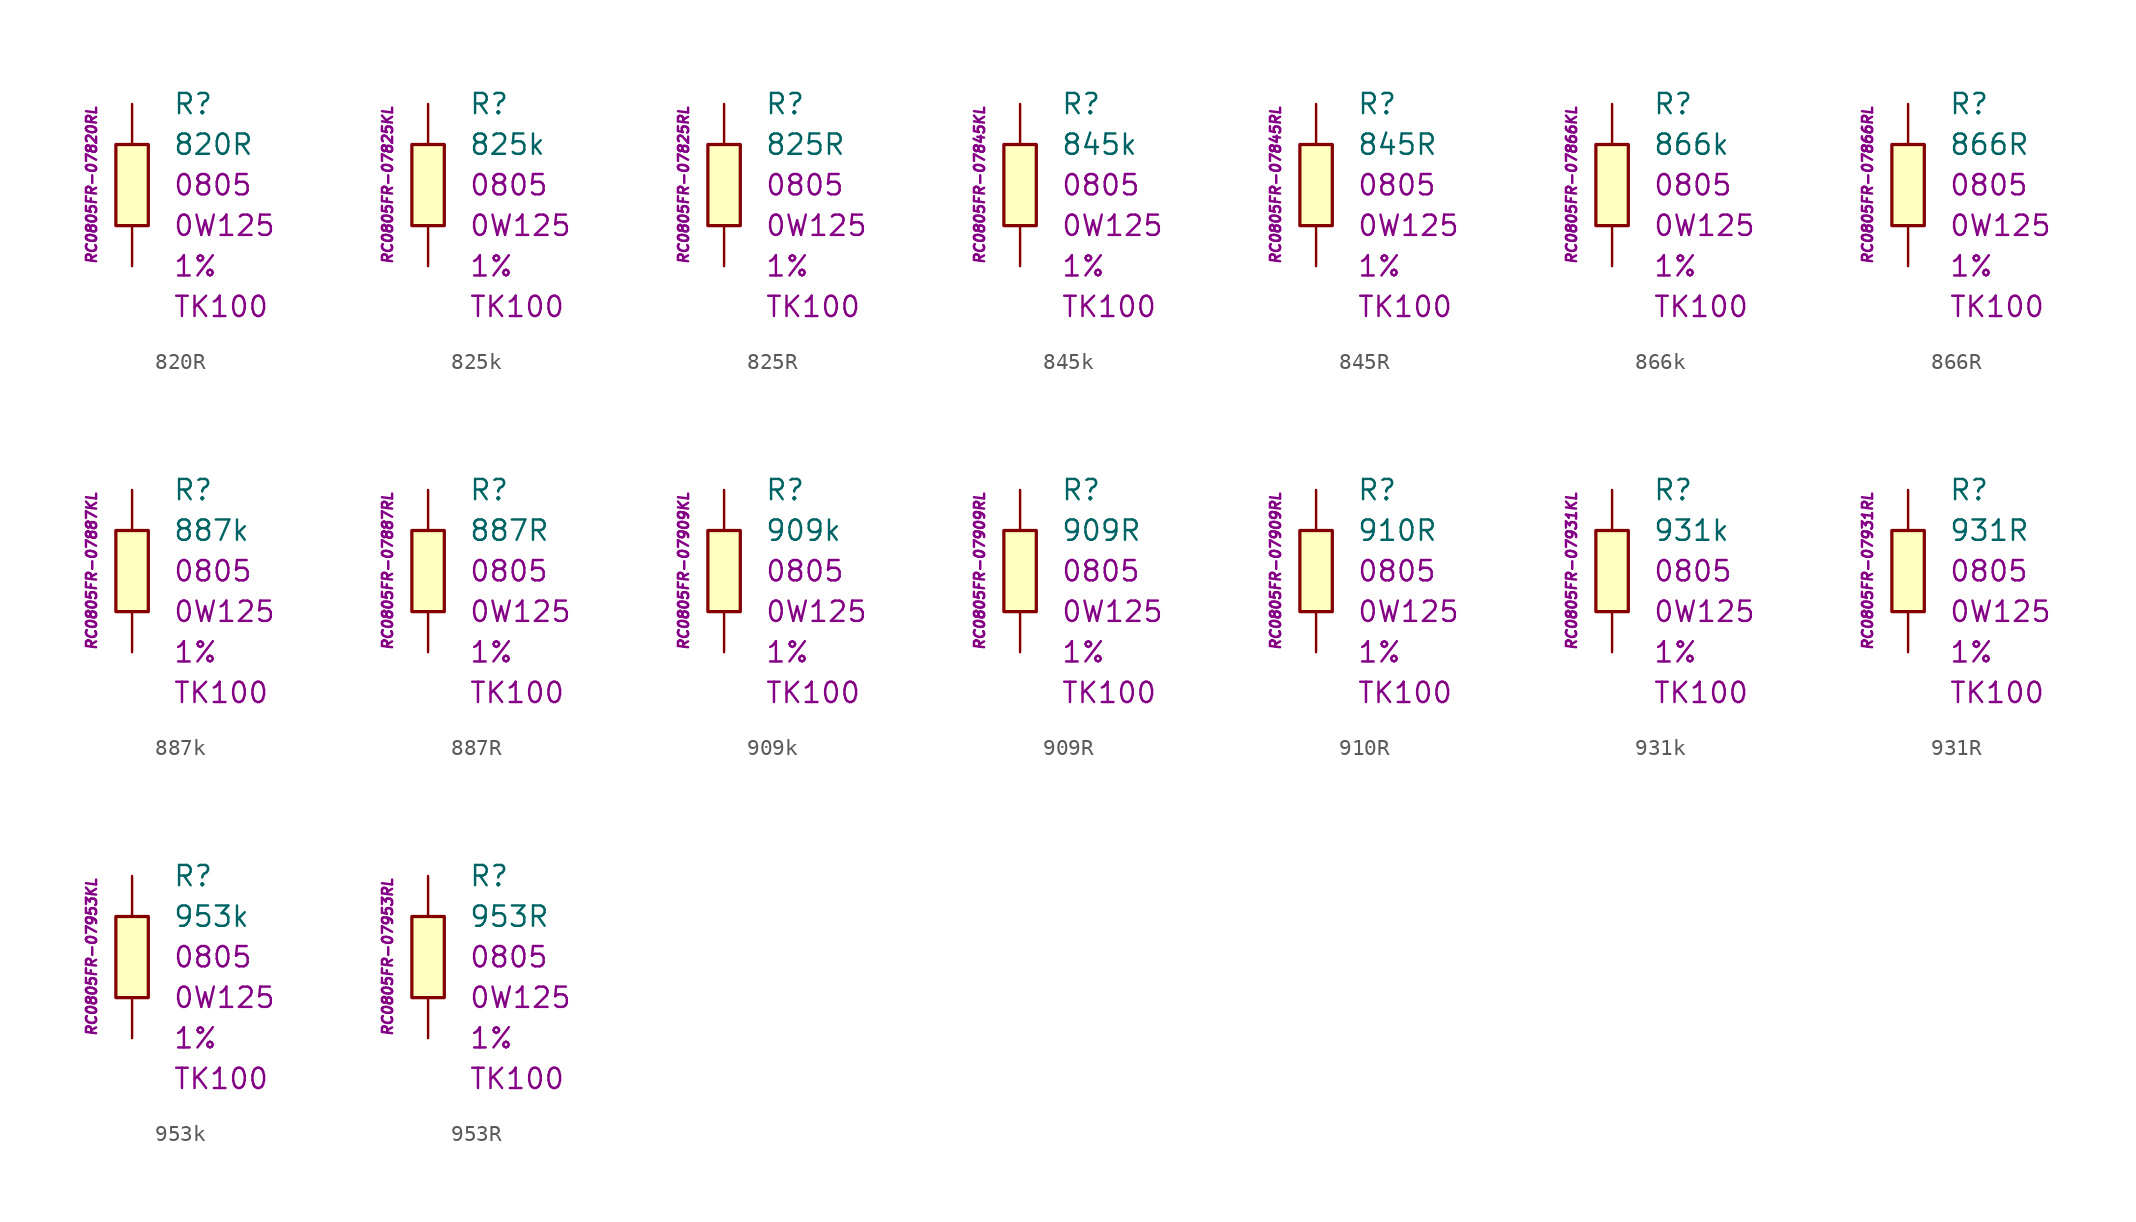
<source format=kicad_sym>
(kicad_symbol_lib
  (version 20201005)
  (generator kicad_symbol_editor)
  (symbol "820R"
    (pin_numbers hide)
    (pin_names
      (offset 1.016) hide)
    (property "Reference" "R"
      (at 2.54 5.08 0)
      (effects (font (size 1.27 1.27)) (justify left)))
    (property "Value" "820R"
      (at 2.54 2.54 0)
      (effects (font (size 1.27 1.27)) (justify left)))
    (property "Package" "0805"
      (at 2.54 0 0)
      (effects (font (size 1.27 1.27)) (justify left)))
    (property "Power" "0W125"
      (at 2.54 -2.54 0)
      (effects (font (size 1.27 1.27)) (justify left)))
    (property "Tolerance" "1%"
      (at 2.54 -5.08 0)
      (effects (font (size 1.27 1.27)) (justify left)))
    (property "TK" "TK100"
      (at 2.54 -7.62 0)
      (effects (font (size 1.27 1.27)) (justify left)))
    (property "ID" "RC0805FR-07820RL"
      (at -2.54 0 90)
      (effects (font (size 0.635 0.635) italic)))
    (symbol "820R_0_1"
      (rectangle (start -1.016 2.54) (end 1.016 -2.54) (stroke (width 0.203)) (fill (type background))))
    (symbol "820R_1_1"
      (pin passive line (at 0 5.08 270) (length 2.54) (name "~" (effects (font (size 1.778 1.778)))) (number "1" (effects (font (size 1.778 1.778)))))
      (pin passive line (at 0 -5.08 90) (length 2.54) (name "~" (effects (font (size 1.778 1.778)))) (number "2" (effects (font (size 1.778 1.778)))))))
  (symbol "825k"
    (pin_numbers hide)
    (pin_names
      (offset 1.016) hide)
    (property "Reference" "R"
      (at 2.54 5.08 0)
      (effects (font (size 1.27 1.27)) (justify left)))
    (property "Value" "825k"
      (at 2.54 2.54 0)
      (effects (font (size 1.27 1.27)) (justify left)))
    (property "Package" "0805"
      (at 2.54 0 0)
      (effects (font (size 1.27 1.27)) (justify left)))
    (property "Power" "0W125"
      (at 2.54 -2.54 0)
      (effects (font (size 1.27 1.27)) (justify left)))
    (property "Tolerance" "1%"
      (at 2.54 -5.08 0)
      (effects (font (size 1.27 1.27)) (justify left)))
    (property "TK" "TK100"
      (at 2.54 -7.62 0)
      (effects (font (size 1.27 1.27)) (justify left)))
    (property "ID" "RC0805FR-07825KL"
      (at -2.54 0 90)
      (effects (font (size 0.635 0.635) italic)))
    (symbol "825k_0_1"
      (rectangle (start -1.016 2.54) (end 1.016 -2.54) (stroke (width 0.203)) (fill (type background))))
    (symbol "825k_1_1"
      (pin passive line (at 0 5.08 270) (length 2.54) (name "~" (effects (font (size 1.778 1.778)))) (number "1" (effects (font (size 1.778 1.778)))))
      (pin passive line (at 0 -5.08 90) (length 2.54) (name "~" (effects (font (size 1.778 1.778)))) (number "2" (effects (font (size 1.778 1.778)))))))
  (symbol "825R"
    (pin_numbers hide)
    (pin_names
      (offset 1.016) hide)
    (property "Reference" "R"
      (at 2.54 5.08 0)
      (effects (font (size 1.27 1.27)) (justify left)))
    (property "Value" "825R"
      (at 2.54 2.54 0)
      (effects (font (size 1.27 1.27)) (justify left)))
    (property "Package" "0805"
      (at 2.54 0 0)
      (effects (font (size 1.27 1.27)) (justify left)))
    (property "Power" "0W125"
      (at 2.54 -2.54 0)
      (effects (font (size 1.27 1.27)) (justify left)))
    (property "Tolerance" "1%"
      (at 2.54 -5.08 0)
      (effects (font (size 1.27 1.27)) (justify left)))
    (property "TK" "TK100"
      (at 2.54 -7.62 0)
      (effects (font (size 1.27 1.27)) (justify left)))
    (property "ID" "RC0805FR-07825RL"
      (at -2.54 0 90)
      (effects (font (size 0.635 0.635) italic)))
    (symbol "825R_0_1"
      (rectangle (start -1.016 2.54) (end 1.016 -2.54) (stroke (width 0.203)) (fill (type background))))
    (symbol "825R_1_1"
      (pin passive line (at 0 5.08 270) (length 2.54) (name "~" (effects (font (size 1.778 1.778)))) (number "1" (effects (font (size 1.778 1.778)))))
      (pin passive line (at 0 -5.08 90) (length 2.54) (name "~" (effects (font (size 1.778 1.778)))) (number "2" (effects (font (size 1.778 1.778)))))))
  (symbol "845k"
    (pin_numbers hide)
    (pin_names
      (offset 1.016) hide)
    (property "Reference" "R"
      (at 2.54 5.08 0)
      (effects (font (size 1.27 1.27)) (justify left)))
    (property "Value" "845k"
      (at 2.54 2.54 0)
      (effects (font (size 1.27 1.27)) (justify left)))
    (property "Package" "0805"
      (at 2.54 0 0)
      (effects (font (size 1.27 1.27)) (justify left)))
    (property "Power" "0W125"
      (at 2.54 -2.54 0)
      (effects (font (size 1.27 1.27)) (justify left)))
    (property "Tolerance" "1%"
      (at 2.54 -5.08 0)
      (effects (font (size 1.27 1.27)) (justify left)))
    (property "TK" "TK100"
      (at 2.54 -7.62 0)
      (effects (font (size 1.27 1.27)) (justify left)))
    (property "ID" "RC0805FR-07845KL"
      (at -2.54 0 90)
      (effects (font (size 0.635 0.635) italic)))
    (symbol "845k_0_1"
      (rectangle (start -1.016 2.54) (end 1.016 -2.54) (stroke (width 0.203)) (fill (type background))))
    (symbol "845k_1_1"
      (pin passive line (at 0 5.08 270) (length 2.54) (name "~" (effects (font (size 1.778 1.778)))) (number "1" (effects (font (size 1.778 1.778)))))
      (pin passive line (at 0 -5.08 90) (length 2.54) (name "~" (effects (font (size 1.778 1.778)))) (number "2" (effects (font (size 1.778 1.778)))))))
  (symbol "845R"
    (pin_numbers hide)
    (pin_names
      (offset 1.016) hide)
    (property "Reference" "R"
      (at 2.54 5.08 0)
      (effects (font (size 1.27 1.27)) (justify left)))
    (property "Value" "845R"
      (at 2.54 2.54 0)
      (effects (font (size 1.27 1.27)) (justify left)))
    (property "Package" "0805"
      (at 2.54 0 0)
      (effects (font (size 1.27 1.27)) (justify left)))
    (property "Power" "0W125"
      (at 2.54 -2.54 0)
      (effects (font (size 1.27 1.27)) (justify left)))
    (property "Tolerance" "1%"
      (at 2.54 -5.08 0)
      (effects (font (size 1.27 1.27)) (justify left)))
    (property "TK" "TK100"
      (at 2.54 -7.62 0)
      (effects (font (size 1.27 1.27)) (justify left)))
    (property "ID" "RC0805FR-07845RL"
      (at -2.54 0 90)
      (effects (font (size 0.635 0.635) italic)))
    (symbol "845R_0_1"
      (rectangle (start -1.016 2.54) (end 1.016 -2.54) (stroke (width 0.203)) (fill (type background))))
    (symbol "845R_1_1"
      (pin passive line (at 0 5.08 270) (length 2.54) (name "~" (effects (font (size 1.778 1.778)))) (number "1" (effects (font (size 1.778 1.778)))))
      (pin passive line (at 0 -5.08 90) (length 2.54) (name "~" (effects (font (size 1.778 1.778)))) (number "2" (effects (font (size 1.778 1.778)))))))
  (symbol "866k"
    (pin_numbers hide)
    (pin_names
      (offset 1.016) hide)
    (property "Reference" "R"
      (at 2.54 5.08 0)
      (effects (font (size 1.27 1.27)) (justify left)))
    (property "Value" "866k"
      (at 2.54 2.54 0)
      (effects (font (size 1.27 1.27)) (justify left)))
    (property "Package" "0805"
      (at 2.54 0 0)
      (effects (font (size 1.27 1.27)) (justify left)))
    (property "Power" "0W125"
      (at 2.54 -2.54 0)
      (effects (font (size 1.27 1.27)) (justify left)))
    (property "Tolerance" "1%"
      (at 2.54 -5.08 0)
      (effects (font (size 1.27 1.27)) (justify left)))
    (property "TK" "TK100"
      (at 2.54 -7.62 0)
      (effects (font (size 1.27 1.27)) (justify left)))
    (property "ID" "RC0805FR-07866KL"
      (at -2.54 0 90)
      (effects (font (size 0.635 0.635) italic)))
    (symbol "866k_0_1"
      (rectangle (start -1.016 2.54) (end 1.016 -2.54) (stroke (width 0.203)) (fill (type background))))
    (symbol "866k_1_1"
      (pin passive line (at 0 5.08 270) (length 2.54) (name "~" (effects (font (size 1.778 1.778)))) (number "1" (effects (font (size 1.778 1.778)))))
      (pin passive line (at 0 -5.08 90) (length 2.54) (name "~" (effects (font (size 1.778 1.778)))) (number "2" (effects (font (size 1.778 1.778)))))))
  (symbol "866R"
    (pin_numbers hide)
    (pin_names
      (offset 1.016) hide)
    (property "Reference" "R"
      (at 2.54 5.08 0)
      (effects (font (size 1.27 1.27)) (justify left)))
    (property "Value" "866R"
      (at 2.54 2.54 0)
      (effects (font (size 1.27 1.27)) (justify left)))
    (property "Package" "0805"
      (at 2.54 0 0)
      (effects (font (size 1.27 1.27)) (justify left)))
    (property "Power" "0W125"
      (at 2.54 -2.54 0)
      (effects (font (size 1.27 1.27)) (justify left)))
    (property "Tolerance" "1%"
      (at 2.54 -5.08 0)
      (effects (font (size 1.27 1.27)) (justify left)))
    (property "TK" "TK100"
      (at 2.54 -7.62 0)
      (effects (font (size 1.27 1.27)) (justify left)))
    (property "ID" "RC0805FR-07866RL"
      (at -2.54 0 90)
      (effects (font (size 0.635 0.635) italic)))
    (symbol "866R_0_1"
      (rectangle (start -1.016 2.54) (end 1.016 -2.54) (stroke (width 0.203)) (fill (type background))))
    (symbol "866R_1_1"
      (pin passive line (at 0 5.08 270) (length 2.54) (name "~" (effects (font (size 1.778 1.778)))) (number "1" (effects (font (size 1.778 1.778)))))
      (pin passive line (at 0 -5.08 90) (length 2.54) (name "~" (effects (font (size 1.778 1.778)))) (number "2" (effects (font (size 1.778 1.778)))))))
  (symbol "887k"
    (pin_numbers hide)
    (pin_names
      (offset 1.016) hide)
    (property "Reference" "R"
      (at 2.54 5.08 0)
      (effects (font (size 1.27 1.27)) (justify left)))
    (property "Value" "887k"
      (at 2.54 2.54 0)
      (effects (font (size 1.27 1.27)) (justify left)))
    (property "Package" "0805"
      (at 2.54 0 0)
      (effects (font (size 1.27 1.27)) (justify left)))
    (property "Power" "0W125"
      (at 2.54 -2.54 0)
      (effects (font (size 1.27 1.27)) (justify left)))
    (property "Tolerance" "1%"
      (at 2.54 -5.08 0)
      (effects (font (size 1.27 1.27)) (justify left)))
    (property "TK" "TK100"
      (at 2.54 -7.62 0)
      (effects (font (size 1.27 1.27)) (justify left)))
    (property "ID" "RC0805FR-07887KL"
      (at -2.54 0 90)
      (effects (font (size 0.635 0.635) italic)))
    (symbol "887k_0_1"
      (rectangle (start -1.016 2.54) (end 1.016 -2.54) (stroke (width 0.203)) (fill (type background))))
    (symbol "887k_1_1"
      (pin passive line (at 0 5.08 270) (length 2.54) (name "~" (effects (font (size 1.778 1.778)))) (number "1" (effects (font (size 1.778 1.778)))))
      (pin passive line (at 0 -5.08 90) (length 2.54) (name "~" (effects (font (size 1.778 1.778)))) (number "2" (effects (font (size 1.778 1.778)))))))
  (symbol "887R"
    (pin_numbers hide)
    (pin_names
      (offset 1.016) hide)
    (property "Reference" "R"
      (at 2.54 5.08 0)
      (effects (font (size 1.27 1.27)) (justify left)))
    (property "Value" "887R"
      (at 2.54 2.54 0)
      (effects (font (size 1.27 1.27)) (justify left)))
    (property "Package" "0805"
      (at 2.54 0 0)
      (effects (font (size 1.27 1.27)) (justify left)))
    (property "Power" "0W125"
      (at 2.54 -2.54 0)
      (effects (font (size 1.27 1.27)) (justify left)))
    (property "Tolerance" "1%"
      (at 2.54 -5.08 0)
      (effects (font (size 1.27 1.27)) (justify left)))
    (property "TK" "TK100"
      (at 2.54 -7.62 0)
      (effects (font (size 1.27 1.27)) (justify left)))
    (property "ID" "RC0805FR-07887RL"
      (at -2.54 0 90)
      (effects (font (size 0.635 0.635) italic)))
    (symbol "887R_0_1"
      (rectangle (start -1.016 2.54) (end 1.016 -2.54) (stroke (width 0.203)) (fill (type background))))
    (symbol "887R_1_1"
      (pin passive line (at 0 5.08 270) (length 2.54) (name "~" (effects (font (size 1.778 1.778)))) (number "1" (effects (font (size 1.778 1.778)))))
      (pin passive line (at 0 -5.08 90) (length 2.54) (name "~" (effects (font (size 1.778 1.778)))) (number "2" (effects (font (size 1.778 1.778)))))))
  (symbol "909k"
    (pin_numbers hide)
    (pin_names
      (offset 1.016) hide)
    (property "Reference" "R"
      (at 2.54 5.08 0)
      (effects (font (size 1.27 1.27)) (justify left)))
    (property "Value" "909k"
      (at 2.54 2.54 0)
      (effects (font (size 1.27 1.27)) (justify left)))
    (property "Package" "0805"
      (at 2.54 0 0)
      (effects (font (size 1.27 1.27)) (justify left)))
    (property "Power" "0W125"
      (at 2.54 -2.54 0)
      (effects (font (size 1.27 1.27)) (justify left)))
    (property "Tolerance" "1%"
      (at 2.54 -5.08 0)
      (effects (font (size 1.27 1.27)) (justify left)))
    (property "TK" "TK100"
      (at 2.54 -7.62 0)
      (effects (font (size 1.27 1.27)) (justify left)))
    (property "ID" "RC0805FR-07909KL"
      (at -2.54 0 90)
      (effects (font (size 0.635 0.635) italic)))
    (symbol "909k_0_1"
      (rectangle (start -1.016 2.54) (end 1.016 -2.54) (stroke (width 0.203)) (fill (type background))))
    (symbol "909k_1_1"
      (pin passive line (at 0 5.08 270) (length 2.54) (name "~" (effects (font (size 1.778 1.778)))) (number "1" (effects (font (size 1.778 1.778)))))
      (pin passive line (at 0 -5.08 90) (length 2.54) (name "~" (effects (font (size 1.778 1.778)))) (number "2" (effects (font (size 1.778 1.778)))))))
  (symbol "909R"
    (pin_numbers hide)
    (pin_names
      (offset 1.016) hide)
    (property "Reference" "R"
      (at 2.54 5.08 0)
      (effects (font (size 1.27 1.27)) (justify left)))
    (property "Value" "909R"
      (at 2.54 2.54 0)
      (effects (font (size 1.27 1.27)) (justify left)))
    (property "Package" "0805"
      (at 2.54 0 0)
      (effects (font (size 1.27 1.27)) (justify left)))
    (property "Power" "0W125"
      (at 2.54 -2.54 0)
      (effects (font (size 1.27 1.27)) (justify left)))
    (property "Tolerance" "1%"
      (at 2.54 -5.08 0)
      (effects (font (size 1.27 1.27)) (justify left)))
    (property "TK" "TK100"
      (at 2.54 -7.62 0)
      (effects (font (size 1.27 1.27)) (justify left)))
    (property "ID" "RC0805FR-07909RL"
      (at -2.54 0 90)
      (effects (font (size 0.635 0.635) italic)))
    (symbol "909R_0_1"
      (rectangle (start -1.016 2.54) (end 1.016 -2.54) (stroke (width 0.203)) (fill (type background))))
    (symbol "909R_1_1"
      (pin passive line (at 0 5.08 270) (length 2.54) (name "~" (effects (font (size 1.778 1.778)))) (number "1" (effects (font (size 1.778 1.778)))))
      (pin passive line (at 0 -5.08 90) (length 2.54) (name "~" (effects (font (size 1.778 1.778)))) (number "2" (effects (font (size 1.778 1.778)))))))
  (symbol "910R"
    (pin_numbers hide)
    (pin_names
      (offset 1.016) hide)
    (property "Reference" "R"
      (at 2.54 5.08 0)
      (effects (font (size 1.27 1.27)) (justify left)))
    (property "Value" "910R"
      (at 2.54 2.54 0)
      (effects (font (size 1.27 1.27)) (justify left)))
    (property "Package" "0805"
      (at 2.54 0 0)
      (effects (font (size 1.27 1.27)) (justify left)))
    (property "Power" "0W125"
      (at 2.54 -2.54 0)
      (effects (font (size 1.27 1.27)) (justify left)))
    (property "Tolerance" "1%"
      (at 2.54 -5.08 0)
      (effects (font (size 1.27 1.27)) (justify left)))
    (property "TK" "TK100"
      (at 2.54 -7.62 0)
      (effects (font (size 1.27 1.27)) (justify left)))
    (property "ID" "RC0805FR-07909RL"
      (at -2.54 0 90)
      (effects (font (size 0.635 0.635) italic)))
    (symbol "910R_0_1"
      (rectangle (start -1.016 2.54) (end 1.016 -2.54) (stroke (width 0.203)) (fill (type background))))
    (symbol "910R_1_1"
      (pin passive line (at 0 5.08 270) (length 2.54) (name "~" (effects (font (size 1.778 1.778)))) (number "1" (effects (font (size 1.778 1.778)))))
      (pin passive line (at 0 -5.08 90) (length 2.54) (name "~" (effects (font (size 1.778 1.778)))) (number "2" (effects (font (size 1.778 1.778)))))))
  (symbol "931k"
    (pin_numbers hide)
    (pin_names
      (offset 1.016) hide)
    (property "Reference" "R"
      (at 2.54 5.08 0)
      (effects (font (size 1.27 1.27)) (justify left)))
    (property "Value" "931k"
      (at 2.54 2.54 0)
      (effects (font (size 1.27 1.27)) (justify left)))
    (property "Package" "0805"
      (at 2.54 0 0)
      (effects (font (size 1.27 1.27)) (justify left)))
    (property "Power" "0W125"
      (at 2.54 -2.54 0)
      (effects (font (size 1.27 1.27)) (justify left)))
    (property "Tolerance" "1%"
      (at 2.54 -5.08 0)
      (effects (font (size 1.27 1.27)) (justify left)))
    (property "TK" "TK100"
      (at 2.54 -7.62 0)
      (effects (font (size 1.27 1.27)) (justify left)))
    (property "ID" "RC0805FR-07931KL"
      (at -2.54 0 90)
      (effects (font (size 0.635 0.635) italic)))
    (symbol "931k_0_1"
      (rectangle (start -1.016 2.54) (end 1.016 -2.54) (stroke (width 0.203)) (fill (type background))))
    (symbol "931k_1_1"
      (pin passive line (at 0 5.08 270) (length 2.54) (name "~" (effects (font (size 1.778 1.778)))) (number "1" (effects (font (size 1.778 1.778)))))
      (pin passive line (at 0 -5.08 90) (length 2.54) (name "~" (effects (font (size 1.778 1.778)))) (number "2" (effects (font (size 1.778 1.778)))))))
  (symbol "931R"
    (pin_numbers hide)
    (pin_names
      (offset 1.016) hide)
    (property "Reference" "R"
      (at 2.54 5.08 0)
      (effects (font (size 1.27 1.27)) (justify left)))
    (property "Value" "931R"
      (at 2.54 2.54 0)
      (effects (font (size 1.27 1.27)) (justify left)))
    (property "Package" "0805"
      (at 2.54 0 0)
      (effects (font (size 1.27 1.27)) (justify left)))
    (property "Power" "0W125"
      (at 2.54 -2.54 0)
      (effects (font (size 1.27 1.27)) (justify left)))
    (property "Tolerance" "1%"
      (at 2.54 -5.08 0)
      (effects (font (size 1.27 1.27)) (justify left)))
    (property "TK" "TK100"
      (at 2.54 -7.62 0)
      (effects (font (size 1.27 1.27)) (justify left)))
    (property "ID" "RC0805FR-07931RL"
      (at -2.54 0 90)
      (effects (font (size 0.635 0.635) italic)))
    (symbol "931R_0_1"
      (rectangle (start -1.016 2.54) (end 1.016 -2.54) (stroke (width 0.203)) (fill (type background))))
    (symbol "931R_1_1"
      (pin passive line (at 0 5.08 270) (length 2.54) (name "~" (effects (font (size 1.778 1.778)))) (number "1" (effects (font (size 1.778 1.778)))))
      (pin passive line (at 0 -5.08 90) (length 2.54) (name "~" (effects (font (size 1.778 1.778)))) (number "2" (effects (font (size 1.778 1.778)))))))
  (symbol "953k"
    (pin_numbers hide)
    (pin_names
      (offset 1.016) hide)
    (property "Reference" "R"
      (at 2.54 5.08 0)
      (effects (font (size 1.27 1.27)) (justify left)))
    (property "Value" "953k"
      (at 2.54 2.54 0)
      (effects (font (size 1.27 1.27)) (justify left)))
    (property "Package" "0805"
      (at 2.54 0 0)
      (effects (font (size 1.27 1.27)) (justify left)))
    (property "Power" "0W125"
      (at 2.54 -2.54 0)
      (effects (font (size 1.27 1.27)) (justify left)))
    (property "Tolerance" "1%"
      (at 2.54 -5.08 0)
      (effects (font (size 1.27 1.27)) (justify left)))
    (property "TK" "TK100"
      (at 2.54 -7.62 0)
      (effects (font (size 1.27 1.27)) (justify left)))
    (property "ID" "RC0805FR-07953KL"
      (at -2.54 0 90)
      (effects (font (size 0.635 0.635) italic)))
    (symbol "953k_0_1"
      (rectangle (start -1.016 2.54) (end 1.016 -2.54) (stroke (width 0.203)) (fill (type background))))
    (symbol "953k_1_1"
      (pin passive line (at 0 5.08 270) (length 2.54) (name "~" (effects (font (size 1.778 1.778)))) (number "1" (effects (font (size 1.778 1.778)))))
      (pin passive line (at 0 -5.08 90) (length 2.54) (name "~" (effects (font (size 1.778 1.778)))) (number "2" (effects (font (size 1.778 1.778)))))))
  (symbol "953R"
    (pin_numbers hide)
    (pin_names
      (offset 1.016) hide)
    (property "Reference" "R"
      (at 2.54 5.08 0)
      (effects (font (size 1.27 1.27)) (justify left)))
    (property "Value" "953R"
      (at 2.54 2.54 0)
      (effects (font (size 1.27 1.27)) (justify left)))
    (property "Package" "0805"
      (at 2.54 0 0)
      (effects (font (size 1.27 1.27)) (justify left)))
    (property "Power" "0W125"
      (at 2.54 -2.54 0)
      (effects (font (size 1.27 1.27)) (justify left)))
    (property "Tolerance" "1%"
      (at 2.54 -5.08 0)
      (effects (font (size 1.27 1.27)) (justify left)))
    (property "TK" "TK100"
      (at 2.54 -7.62 0)
      (effects (font (size 1.27 1.27)) (justify left)))
    (property "ID" "RC0805FR-07953RL"
      (at -2.54 0 90)
      (effects (font (size 0.635 0.635) italic)))
    (symbol "953R_0_1"
      (rectangle (start -1.016 2.54) (end 1.016 -2.54) (stroke (width 0.203)) (fill (type background))))
    (symbol "953R_1_1"
      (pin passive line (at 0 5.08 270) (length 2.54) (name "~" (effects (font (size 1.778 1.778)))) (number "1" (effects (font (size 1.778 1.778)))))
      (pin passive line (at 0 -5.08 90) (length 2.54) (name "~" (effects (font (size 1.778 1.778)))) (number "2" (effects (font (size 1.778 1.778))))))))
</source>
